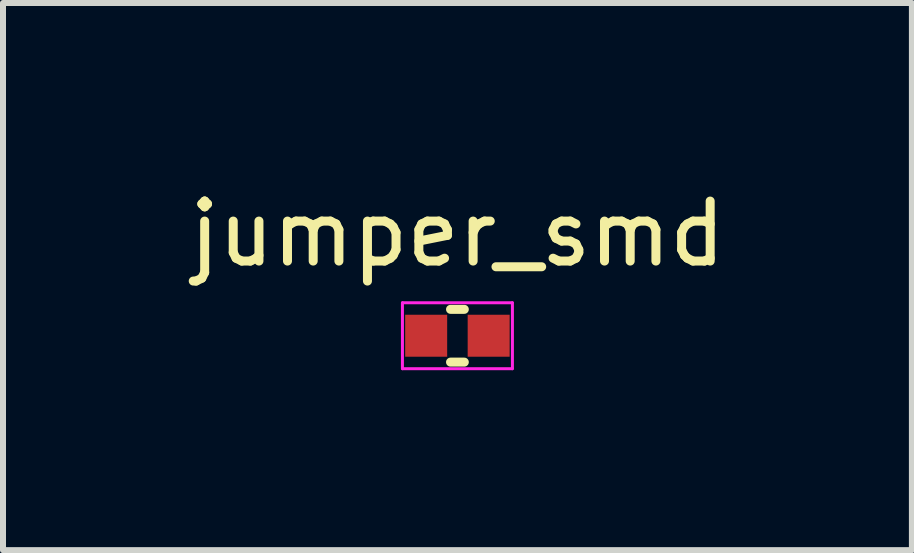
<source format=kicad_pcb>
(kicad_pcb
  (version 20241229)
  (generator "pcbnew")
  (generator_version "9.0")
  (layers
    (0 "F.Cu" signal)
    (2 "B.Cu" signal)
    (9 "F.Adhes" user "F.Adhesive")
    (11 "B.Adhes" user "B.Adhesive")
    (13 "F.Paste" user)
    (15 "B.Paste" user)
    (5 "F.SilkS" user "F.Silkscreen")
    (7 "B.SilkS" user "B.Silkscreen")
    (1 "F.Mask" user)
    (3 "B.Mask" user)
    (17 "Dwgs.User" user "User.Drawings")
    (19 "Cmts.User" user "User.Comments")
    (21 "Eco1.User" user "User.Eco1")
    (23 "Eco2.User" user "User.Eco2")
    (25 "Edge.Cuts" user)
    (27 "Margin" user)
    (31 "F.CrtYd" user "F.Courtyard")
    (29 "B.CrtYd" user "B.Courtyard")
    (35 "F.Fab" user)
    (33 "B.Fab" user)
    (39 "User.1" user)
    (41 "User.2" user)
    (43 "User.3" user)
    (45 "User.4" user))
  (footprint "jumper_smd"
    (layer "F.Cu")
    (at 4.577 2.548)
    (property "Reference" "jumper_smd" (at 0 -1.7 0) (layer "F.SilkS") (effects (font (size 1 1) (thickness 0.15))))
    (attr smd)
    (fp_line (start -0.115 0.44) (end 0.115 0.44) (stroke (width 0.15) (type solid)) (layer "F.SilkS"))
    (fp_line (start 0.115 -0.44) (end -0.115 -0.44) (stroke (width 0.15) (type solid)) (layer "F.SilkS"))
    (fp_line (start -0.917 -0.55) (end -0.917 0.55) (stroke (width 0.05) (type solid)) (layer "F.CrtYd"))
    (fp_line (start -0.914 -0.55) (end 0.914 -0.55) (stroke (width 0.05) (type solid)) (layer "F.CrtYd"))
    (fp_line (start -0.914 0.55) (end 0.914 0.55) (stroke (width 0.05) (type solid)) (layer "F.CrtYd"))
    (fp_line (start 0.917 -0.55) (end 0.917 0.55) (stroke (width 0.05) (type solid)) (layer "F.CrtYd"))
    (pad "1" smd rect (at -0.521 0) (size 0.7 0.7) (layers "F.Cu" "F.Mask" "F.Paste"))
    (pad "2" smd rect (at 0.521 0) (size 0.7 0.7) (layers "F.Cu" "F.Mask" "F.Paste")))
  (gr_rect
    (start -3 -3)
    (end 12.155 6.123)
    (stroke (width 0.1) (type default))
    (fill no)
    (layer "Edge.Cuts")))
</source>
